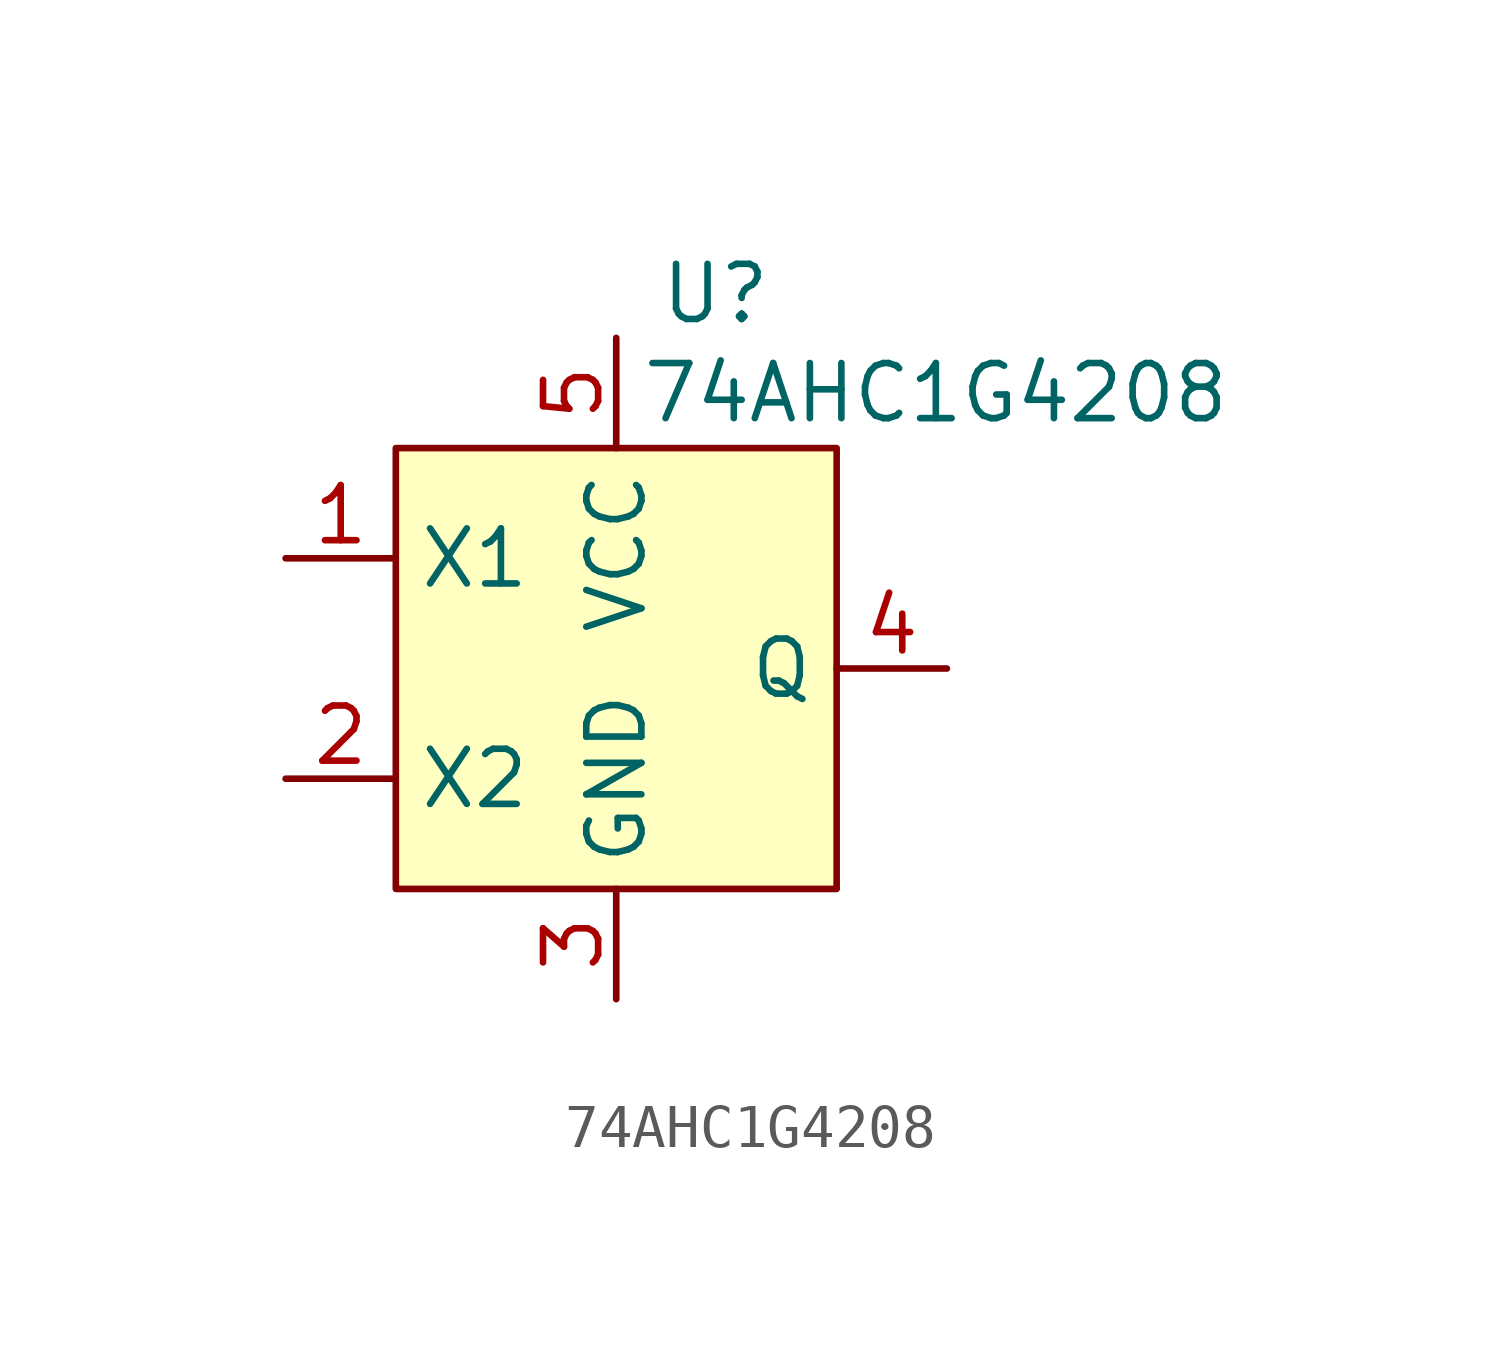
<source format=kicad_sym>
(kicad_symbol_lib
  (version 20241209)
  (generator "kicad_symbol_editor")
  (generator_version "9.0")
  (symbol "74AHC1G4208"
    (property "Reference" "U"
      (at 2.286 6.096 0)
      (effects (font (size 1.27 1.27))))
    (property "Value" "74AHC1G4208"
      (at 7.366 3.81 0)
      (effects (font (size 1.27 1.27))))
    (symbol "74AHC1G4208_1_1"
      (rectangle (start -5.08 2.54) (end 5.08 -7.62) (stroke (width 0) (type solid)) (fill (type background)))
      (pin bidirectional line (at -7.62 0 0) (length 2.54) (name "X1" (effects (font (size 1.27 1.27)))) (number "1" (effects (font (size 1.27 1.27)))))
      (pin bidirectional line (at -7.62 -5.08 0) (length 2.54) (name "X2" (effects (font (size 1.27 1.27)))) (number "2" (effects (font (size 1.27 1.27)))))
      (pin bidirectional line (at 0 5.08 270) (length 2.54) (name "VCC" (effects (font (size 1.27 1.27)))) (number "5" (effects (font (size 1.27 1.27)))))
      (pin bidirectional line (at 0 -10.16 90) (length 2.54) (name "GND" (effects (font (size 1.27 1.27)))) (number "3" (effects (font (size 1.27 1.27)))))
      (pin bidirectional line (at 7.62 -2.54 180) (length 2.54) (name "Q" (effects (font (size 1.27 1.27)))) (number "4" (effects (font (size 1.27 1.27))))))))
</source>
